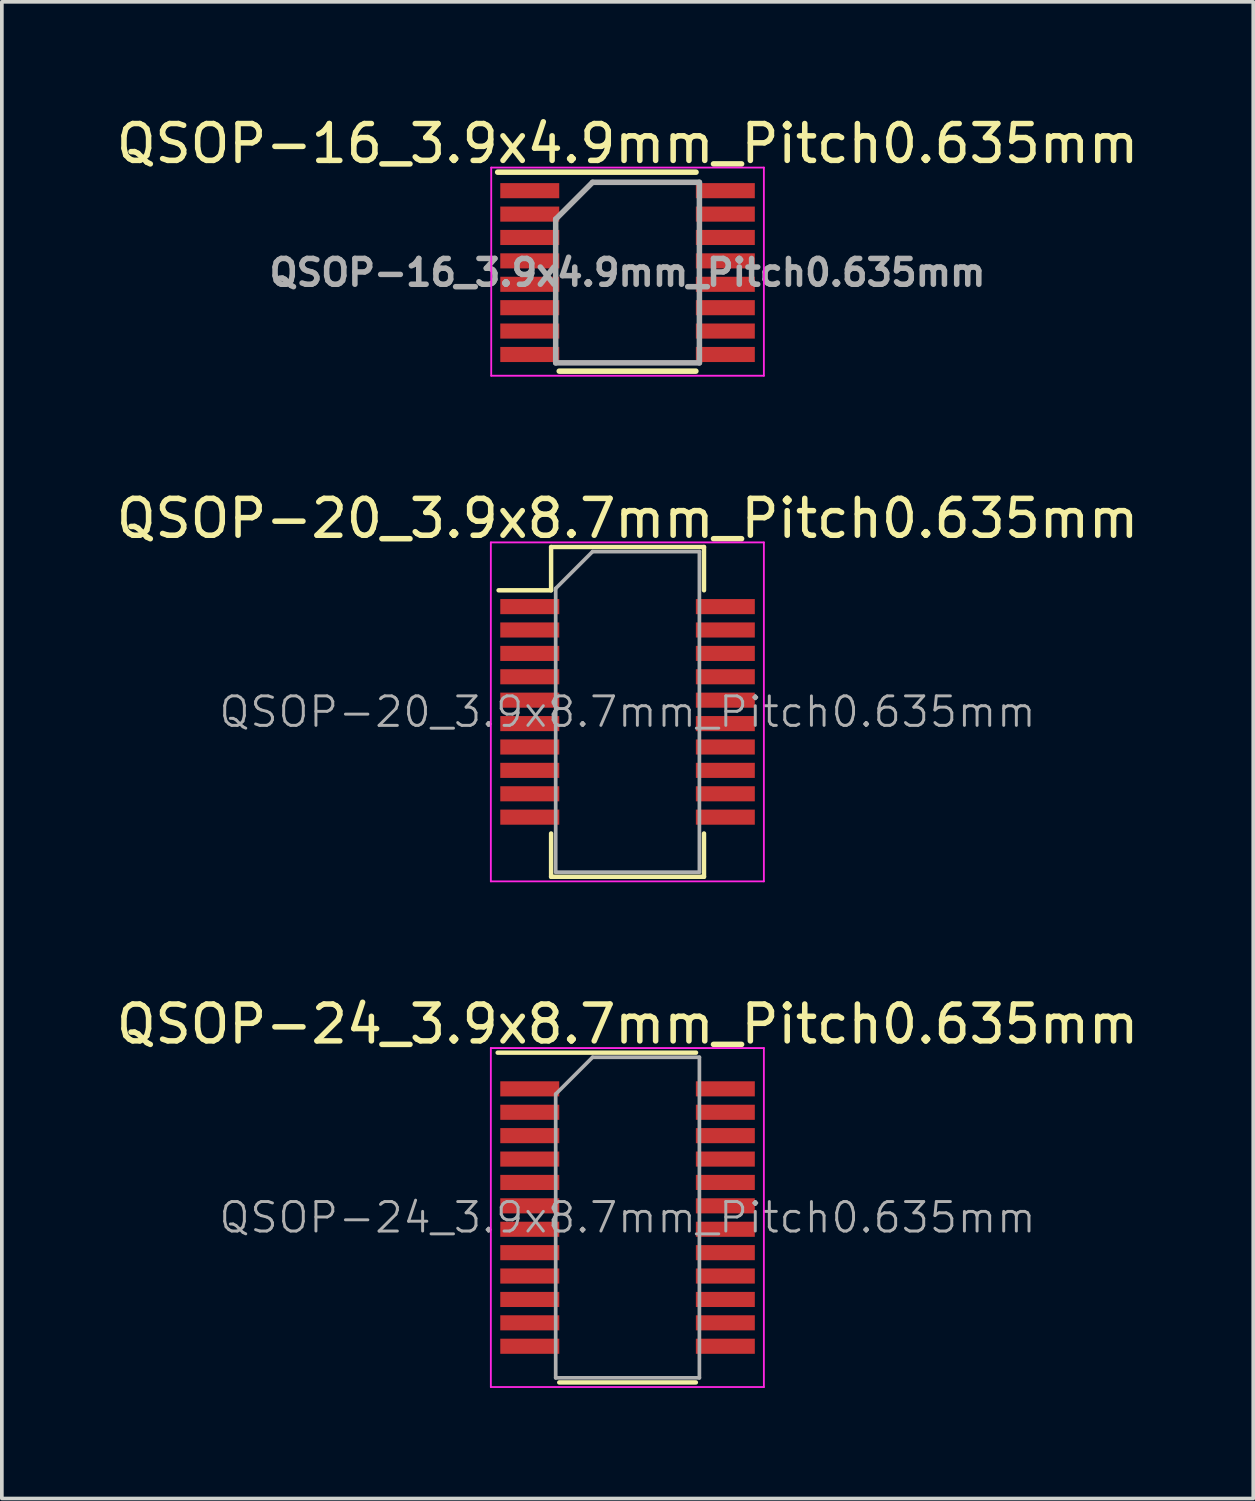
<source format=kicad_pcb>
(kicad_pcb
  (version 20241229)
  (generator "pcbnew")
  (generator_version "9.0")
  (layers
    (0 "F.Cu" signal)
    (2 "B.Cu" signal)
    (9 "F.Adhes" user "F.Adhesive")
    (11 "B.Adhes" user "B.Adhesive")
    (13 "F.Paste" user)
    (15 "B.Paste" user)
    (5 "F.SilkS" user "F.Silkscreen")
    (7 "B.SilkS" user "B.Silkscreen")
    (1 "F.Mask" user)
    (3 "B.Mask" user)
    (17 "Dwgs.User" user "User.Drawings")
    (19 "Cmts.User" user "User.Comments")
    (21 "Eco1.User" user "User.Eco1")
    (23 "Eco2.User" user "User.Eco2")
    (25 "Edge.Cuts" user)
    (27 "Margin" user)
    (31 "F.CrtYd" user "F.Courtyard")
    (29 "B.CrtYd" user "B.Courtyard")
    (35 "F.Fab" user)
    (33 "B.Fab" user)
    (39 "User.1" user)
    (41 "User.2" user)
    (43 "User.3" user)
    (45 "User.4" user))
  (footprint "QSOP-16_3.9x4.9mm_Pitch0.635mm"
    (layer "F.Cu")
    (at 13.982 4.348)
    (property "Reference" "QSOP-16_3.9x4.9mm_Pitch0.635mm" (at 0 -3.5 0) (layer "F.SilkS") (effects (font (size 1 1) (thickness 0.15))))
    (attr smd)
    (fp_line (start -3.525 -2.725) (end 1.859 -2.725) (stroke (width 0.15) (type solid)) (layer "F.SilkS"))
    (fp_line (start -1.854 2.675) (end 1.854 2.675) (stroke (width 0.15) (type solid)) (layer "F.SilkS"))
    (fp_line (start -3.7 -2.85) (end -3.7 2.8) (stroke (width 0.05) (type solid)) (layer "F.CrtYd"))
    (fp_line (start -3.7 -2.85) (end 3.7 -2.85) (stroke (width 0.05) (type solid)) (layer "F.CrtYd"))
    (fp_line (start -3.7 2.8) (end 3.7 2.8) (stroke (width 0.05) (type solid)) (layer "F.CrtYd"))
    (fp_line (start 3.7 -2.85) (end 3.7 2.8) (stroke (width 0.05) (type solid)) (layer "F.CrtYd"))
    (fp_line (start -1.95 -1.45) (end -0.95 -2.45) (stroke (width 0.15) (type solid)) (layer "F.Fab"))
    (fp_line (start -1.95 2.45) (end -1.95 -1.45) (stroke (width 0.15) (type solid)) (layer "F.Fab"))
    (fp_line (start -0.95 -2.45) (end 1.95 -2.45) (stroke (width 0.15) (type solid)) (layer "F.Fab"))
    (fp_line (start 1.95 -2.45) (end 1.95 2.45) (stroke (width 0.15) (type solid)) (layer "F.Fab"))
    (fp_line (start 1.95 2.45) (end -1.95 2.45) (stroke (width 0.15) (type solid)) (layer "F.Fab"))
    (fp_text user "${REFERENCE}" (at 0 0 0) (layer "F.Fab") (effects (font (size 0.7 0.7) (thickness 0.15))))
    (pad "1" smd rect (at -2.654 -2.223) (size 1.6 0.41) (layers "F.Cu" "F.Mask" "F.Paste"))
    (pad "2" smd rect (at -2.654 -1.587) (size 1.6 0.41) (layers "F.Cu" "F.Mask" "F.Paste"))
    (pad "3" smd rect (at -2.654 -0.953) (size 1.6 0.41) (layers "F.Cu" "F.Mask" "F.Paste"))
    (pad "4" smd rect (at -2.654 -0.318) (size 1.6 0.41) (layers "F.Cu" "F.Mask" "F.Paste"))
    (pad "5" smd rect (at -2.654 0.318) (size 1.6 0.41) (layers "F.Cu" "F.Mask" "F.Paste"))
    (pad "6" smd rect (at -2.654 0.953) (size 1.6 0.41) (layers "F.Cu" "F.Mask" "F.Paste"))
    (pad "7" smd rect (at -2.654 1.587) (size 1.6 0.41) (layers "F.Cu" "F.Mask" "F.Paste"))
    (pad "8" smd rect (at -2.654 2.223) (size 1.6 0.41) (layers "F.Cu" "F.Mask" "F.Paste"))
    (pad "9" smd rect (at 2.654 2.223) (size 1.6 0.41) (layers "F.Cu" "F.Mask" "F.Paste"))
    (pad "10" smd rect (at 2.654 1.587) (size 1.6 0.41) (layers "F.Cu" "F.Mask" "F.Paste"))
    (pad "11" smd rect (at 2.654 0.953) (size 1.6 0.41) (layers "F.Cu" "F.Mask" "F.Paste"))
    (pad "12" smd rect (at 2.654 0.318) (size 1.6 0.41) (layers "F.Cu" "F.Mask" "F.Paste"))
    (pad "13" smd rect (at 2.654 -0.318) (size 1.6 0.41) (layers "F.Cu" "F.Mask" "F.Paste"))
    (pad "14" smd rect (at 2.654 -0.953) (size 1.6 0.41) (layers "F.Cu" "F.Mask" "F.Paste"))
    (pad "15" smd rect (at 2.654 -1.587) (size 1.6 0.41) (layers "F.Cu" "F.Mask" "F.Paste"))
    (pad "16" smd rect (at 2.654 -2.223) (size 1.6 0.41) (layers "F.Cu" "F.Mask" "F.Paste")))
  (footprint "QSOP-20_3.9x8.7mm_Pitch0.635mm"
    (layer "F.Cu")
    (at 13.982 16.271)
    (property "Reference" "QSOP-20_3.9x8.7mm_Pitch0.635mm" (at 0 -5.25 0) (layer "F.SilkS") (effects (font (size 1 1) (thickness 0.15))))
    (attr smd)
    (fp_line (start -3.5 -3.3) (end -2.075 -3.3) (stroke (width 0.12) (type solid)) (layer "F.SilkS"))
    (fp_line (start -2.075 -4.475) (end 2.075 -4.475) (stroke (width 0.12) (type solid)) (layer "F.SilkS"))
    (fp_line (start -2.075 -3.3) (end -2.075 -4.475) (stroke (width 0.12) (type solid)) (layer "F.SilkS"))
    (fp_line (start -2.075 3.3) (end -2.075 4.475) (stroke (width 0.12) (type solid)) (layer "F.SilkS"))
    (fp_line (start -2.075 4.475) (end 2.075 4.475) (stroke (width 0.12) (type solid)) (layer "F.SilkS"))
    (fp_line (start 2.075 -3.3) (end 2.075 -4.475) (stroke (width 0.12) (type solid)) (layer "F.SilkS"))
    (fp_line (start 2.075 3.3) (end 2.075 4.475) (stroke (width 0.12) (type solid)) (layer "F.SilkS"))
    (fp_line (start -3.71 -4.6) (end -3.71 4.6) (stroke (width 0.05) (type solid)) (layer "F.CrtYd"))
    (fp_line (start -3.71 -4.6) (end 3.7 -4.6) (stroke (width 0.05) (type solid)) (layer "F.CrtYd"))
    (fp_line (start -3.71 4.6) (end 3.7 4.6) (stroke (width 0.05) (type solid)) (layer "F.CrtYd"))
    (fp_line (start 3.7 -4.6) (end 3.7 4.6) (stroke (width 0.05) (type solid)) (layer "F.CrtYd"))
    (fp_line (start -1.95 -3.35) (end -0.95 -4.35) (stroke (width 0.1) (type solid)) (layer "F.Fab"))
    (fp_line (start -1.95 4.35) (end -1.95 -3.35) (stroke (width 0.1) (type solid)) (layer "F.Fab"))
    (fp_line (start -0.95 -4.35) (end 1.95 -4.35) (stroke (width 0.1) (type solid)) (layer "F.Fab"))
    (fp_line (start 1.95 -4.35) (end 1.95 4.35) (stroke (width 0.1) (type solid)) (layer "F.Fab"))
    (fp_line (start 1.95 4.35) (end -1.95 4.35) (stroke (width 0.1) (type solid)) (layer "F.Fab"))
    (fp_text user "${REFERENCE}" (at 0 0 0) (layer "F.Fab") (effects (font (size 0.8 0.8) (thickness 0.08))))
    (pad "1" smd rect (at -2.654 -2.857) (size 1.6 0.41) (layers "F.Cu" "F.Mask" "F.Paste"))
    (pad "2" smd rect (at -2.654 -2.223) (size 1.6 0.41) (layers "F.Cu" "F.Mask" "F.Paste"))
    (pad "3" smd rect (at -2.654 -1.587) (size 1.6 0.41) (layers "F.Cu" "F.Mask" "F.Paste"))
    (pad "4" smd rect (at -2.654 -0.953) (size 1.6 0.41) (layers "F.Cu" "F.Mask" "F.Paste"))
    (pad "5" smd rect (at -2.654 -0.318) (size 1.6 0.41) (layers "F.Cu" "F.Mask" "F.Paste"))
    (pad "6" smd rect (at -2.654 0.318) (size 1.6 0.41) (layers "F.Cu" "F.Mask" "F.Paste"))
    (pad "7" smd rect (at -2.654 0.953) (size 1.6 0.41) (layers "F.Cu" "F.Mask" "F.Paste"))
    (pad "8" smd rect (at -2.654 1.587) (size 1.6 0.41) (layers "F.Cu" "F.Mask" "F.Paste"))
    (pad "9" smd rect (at -2.654 2.223) (size 1.6 0.41) (layers "F.Cu" "F.Mask" "F.Paste"))
    (pad "10" smd rect (at -2.654 2.857) (size 1.6 0.41) (layers "F.Cu" "F.Mask" "F.Paste"))
    (pad "11" smd rect (at 2.654 2.857) (size 1.6 0.41) (layers "F.Cu" "F.Mask" "F.Paste"))
    (pad "12" smd rect (at 2.654 2.223) (size 1.6 0.41) (layers "F.Cu" "F.Mask" "F.Paste"))
    (pad "13" smd rect (at 2.654 1.587) (size 1.6 0.41) (layers "F.Cu" "F.Mask" "F.Paste"))
    (pad "14" smd rect (at 2.654 0.953) (size 1.6 0.41) (layers "F.Cu" "F.Mask" "F.Paste"))
    (pad "15" smd rect (at 2.654 0.318) (size 1.6 0.41) (layers "F.Cu" "F.Mask" "F.Paste"))
    (pad "16" smd rect (at 2.654 -0.318) (size 1.6 0.41) (layers "F.Cu" "F.Mask" "F.Paste"))
    (pad "17" smd rect (at 2.654 -0.953) (size 1.6 0.41) (layers "F.Cu" "F.Mask" "F.Paste"))
    (pad "18" smd rect (at 2.654 -1.587) (size 1.6 0.41) (layers "F.Cu" "F.Mask" "F.Paste"))
    (pad "19" smd rect (at 2.654 -2.223) (size 1.6 0.41) (layers "F.Cu" "F.Mask" "F.Paste"))
    (pad "20" smd rect (at 2.654 -2.857) (size 1.6 0.41) (layers "F.Cu" "F.Mask" "F.Paste")))
  (footprint "QSOP-24_3.9x8.7mm_Pitch0.635mm"
    (layer "F.Cu")
    (at 13.982 29.995)
    (property "Reference" "QSOP-24_3.9x8.7mm_Pitch0.635mm" (at 0 -5.25 0) (layer "F.SilkS") (effects (font (size 1 1) (thickness 0.15))))
    (attr smd)
    (fp_line (start -3.525 -4.475) (end 1.859 -4.475) (stroke (width 0.12) (type solid)) (layer "F.SilkS"))
    (fp_line (start -1.854 4.475) (end 1.854 4.475) (stroke (width 0.12) (type solid)) (layer "F.SilkS"))
    (fp_line (start -3.71 -4.6) (end -3.71 4.6) (stroke (width 0.05) (type solid)) (layer "F.CrtYd"))
    (fp_line (start -3.71 -4.6) (end 3.7 -4.6) (stroke (width 0.05) (type solid)) (layer "F.CrtYd"))
    (fp_line (start -3.71 4.6) (end 3.7 4.6) (stroke (width 0.05) (type solid)) (layer "F.CrtYd"))
    (fp_line (start 3.7 -4.6) (end 3.7 4.6) (stroke (width 0.05) (type solid)) (layer "F.CrtYd"))
    (fp_line (start -1.95 -3.35) (end -0.95 -4.35) (stroke (width 0.1) (type solid)) (layer "F.Fab"))
    (fp_line (start -1.95 4.35) (end -1.95 -3.35) (stroke (width 0.1) (type solid)) (layer "F.Fab"))
    (fp_line (start -0.95 -4.35) (end 1.95 -4.35) (stroke (width 0.1) (type solid)) (layer "F.Fab"))
    (fp_line (start 1.95 -4.35) (end 1.95 4.35) (stroke (width 0.1) (type solid)) (layer "F.Fab"))
    (fp_line (start 1.95 4.35) (end -1.95 4.35) (stroke (width 0.1) (type solid)) (layer "F.Fab"))
    (fp_text user "${REFERENCE}" (at 0 0 0) (layer "F.Fab") (effects (font (size 0.8 0.8) (thickness 0.08))))
    (pad "1" smd rect (at -2.654 -3.493) (size 1.6 0.41) (layers "F.Cu" "F.Mask" "F.Paste"))
    (pad "2" smd rect (at -2.654 -2.857) (size 1.6 0.41) (layers "F.Cu" "F.Mask" "F.Paste"))
    (pad "3" smd rect (at -2.654 -2.223) (size 1.6 0.41) (layers "F.Cu" "F.Mask" "F.Paste"))
    (pad "4" smd rect (at -2.654 -1.587) (size 1.6 0.41) (layers "F.Cu" "F.Mask" "F.Paste"))
    (pad "5" smd rect (at -2.654 -0.953) (size 1.6 0.41) (layers "F.Cu" "F.Mask" "F.Paste"))
    (pad "6" smd rect (at -2.654 -0.318) (size 1.6 0.41) (layers "F.Cu" "F.Mask" "F.Paste"))
    (pad "7" smd rect (at -2.654 0.318) (size 1.6 0.41) (layers "F.Cu" "F.Mask" "F.Paste"))
    (pad "8" smd rect (at -2.654 0.953) (size 1.6 0.41) (layers "F.Cu" "F.Mask" "F.Paste"))
    (pad "9" smd rect (at -2.654 1.587) (size 1.6 0.41) (layers "F.Cu" "F.Mask" "F.Paste"))
    (pad "10" smd rect (at -2.654 2.223) (size 1.6 0.41) (layers "F.Cu" "F.Mask" "F.Paste"))
    (pad "11" smd rect (at -2.654 2.857) (size 1.6 0.41) (layers "F.Cu" "F.Mask" "F.Paste"))
    (pad "12" smd rect (at -2.654 3.493) (size 1.6 0.41) (layers "F.Cu" "F.Mask" "F.Paste"))
    (pad "13" smd rect (at 2.654 3.493) (size 1.6 0.41) (layers "F.Cu" "F.Mask" "F.Paste"))
    (pad "14" smd rect (at 2.654 2.857) (size 1.6 0.41) (layers "F.Cu" "F.Mask" "F.Paste"))
    (pad "15" smd rect (at 2.654 2.223) (size 1.6 0.41) (layers "F.Cu" "F.Mask" "F.Paste"))
    (pad "16" smd rect (at 2.654 1.587) (size 1.6 0.41) (layers "F.Cu" "F.Mask" "F.Paste"))
    (pad "17" smd rect (at 2.654 0.953) (size 1.6 0.41) (layers "F.Cu" "F.Mask" "F.Paste"))
    (pad "18" smd rect (at 2.654 0.318) (size 1.6 0.41) (layers "F.Cu" "F.Mask" "F.Paste"))
    (pad "19" smd rect (at 2.654 -0.318) (size 1.6 0.41) (layers "F.Cu" "F.Mask" "F.Paste"))
    (pad "20" smd rect (at 2.654 -0.953) (size 1.6 0.41) (layers "F.Cu" "F.Mask" "F.Paste"))
    (pad "21" smd rect (at 2.654 -1.587) (size 1.6 0.41) (layers "F.Cu" "F.Mask" "F.Paste"))
    (pad "22" smd rect (at 2.654 -2.223) (size 1.6 0.41) (layers "F.Cu" "F.Mask" "F.Paste"))
    (pad "23" smd rect (at 2.654 -2.857) (size 1.6 0.41) (layers "F.Cu" "F.Mask" "F.Paste"))
    (pad "24" smd rect (at 2.654 -3.493) (size 1.6 0.41) (layers "F.Cu" "F.Mask" "F.Paste")))
  (gr_rect
    (start -3 -3)
    (end 30.964 37.62)
    (stroke (width 0.1) (type default))
    (fill no)
    (layer "Edge.Cuts")))
</source>
